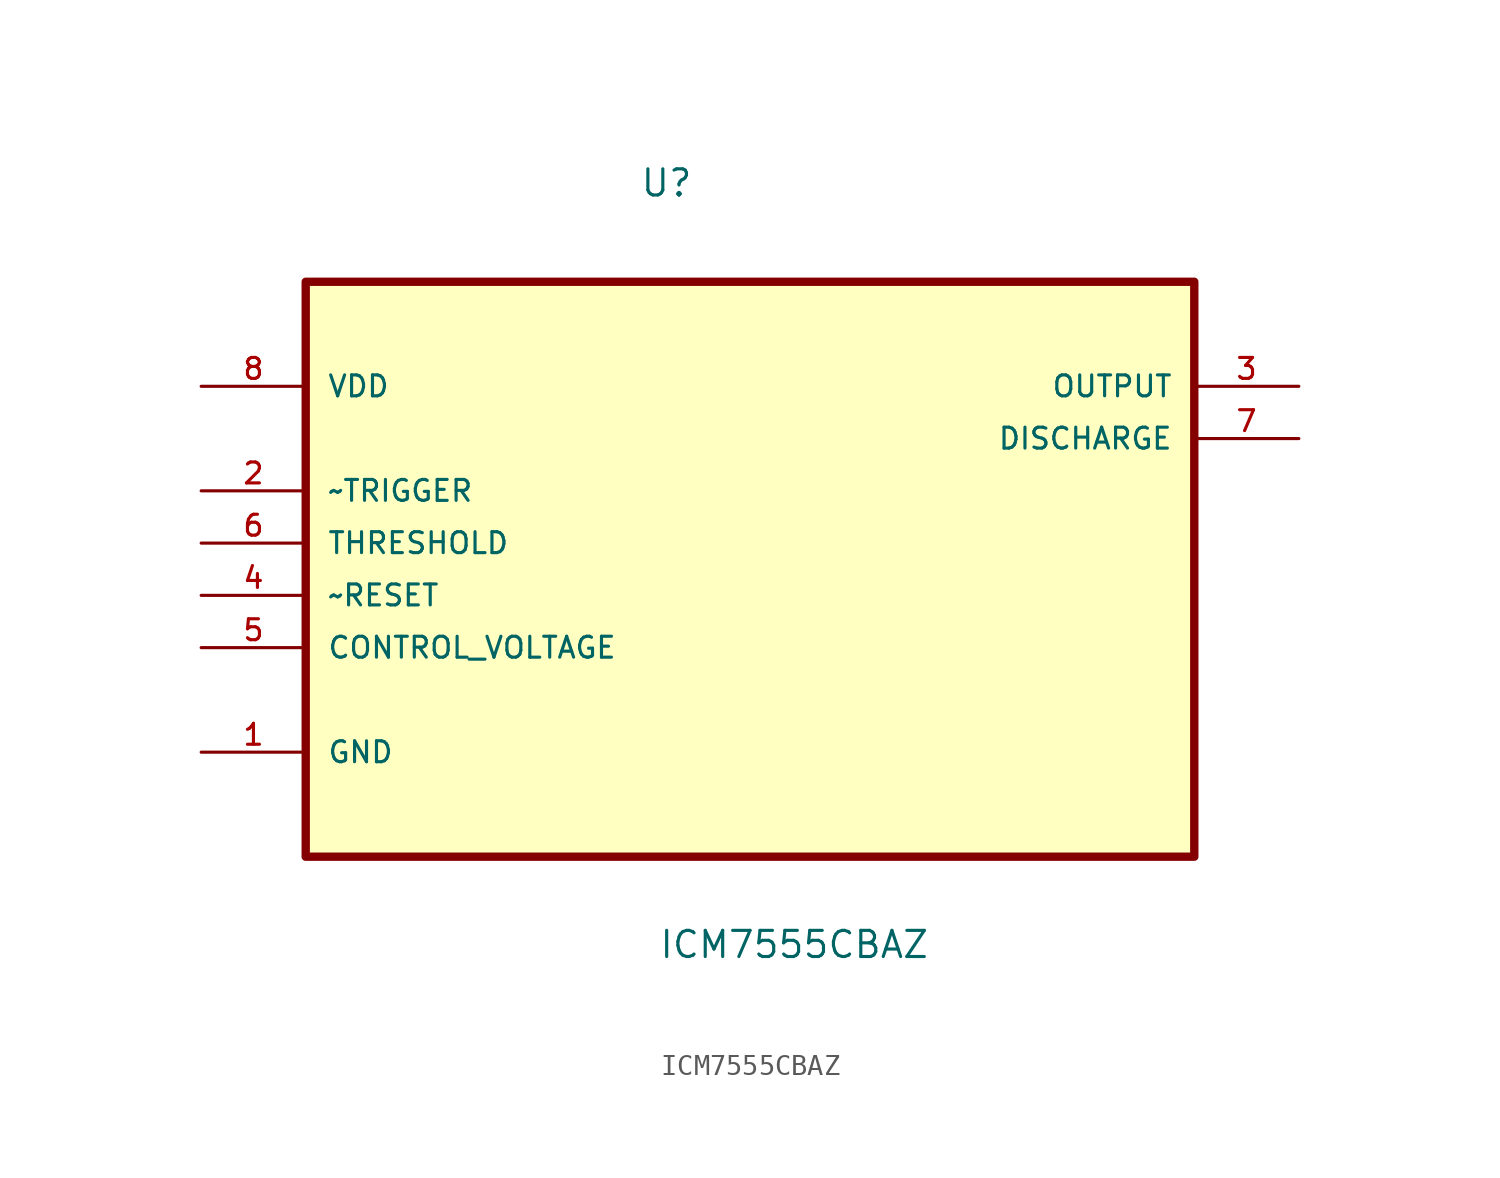
<source format=kicad_sym>
(kicad_symbol_lib
  (version 20211014)
  (generator kicad_symbol_editor)
  (symbol "ICM7555CBAZ"
    (pin_names
      (offset 1.016))
    (property "Reference" "U"
      (at -5.365 14.214 0.0)
      (effects (font (size 1.27 1.27)) (justify bottom left)))
    (property "Value" "ICM7555CBAZ"
      (at -4.452 -22.792 0.0)
      (effects (font (size 1.27 1.27)) (justify bottom left)))
    (symbol "ICM7555CBAZ_0_0"
      (rectangle (start -21.59 -17.78) (end 21.59 10.16) (stroke (width 0.406)) (fill (type background)))
      (pin power_in line (at -26.67 5.08 0) (length 5.08) (name "VDD" (effects (font (size 1.016 1.016)))) (number "8" (effects (font (size 1.016 1.016)))))
      (pin input line (at -26.67 0.0 0) (length 5.08) (name "~TRIGGER" (effects (font (size 1.016 1.016)))) (number "2" (effects (font (size 1.016 1.016)))))
      (pin input line (at -26.67 -2.54 0) (length 5.08) (name "THRESHOLD" (effects (font (size 1.016 1.016)))) (number "6" (effects (font (size 1.016 1.016)))))
      (pin input line (at -26.67 -5.08 0) (length 5.08) (name "~RESET" (effects (font (size 1.016 1.016)))) (number "4" (effects (font (size 1.016 1.016)))))
      (pin input line (at -26.67 -7.62 0) (length 5.08) (name "CONTROL_VOLTAGE" (effects (font (size 1.016 1.016)))) (number "5" (effects (font (size 1.016 1.016)))))
      (pin passive line (at -26.67 -12.7 0) (length 5.08) (name "GND" (effects (font (size 1.016 1.016)))) (number "1" (effects (font (size 1.016 1.016)))))
      (pin output line (at 26.67 5.08 180.0) (length 5.08) (name "OUTPUT" (effects (font (size 1.016 1.016)))) (number "3" (effects (font (size 1.016 1.016)))))
      (pin output line (at 26.67 2.54 180.0) (length 5.08) (name "DISCHARGE" (effects (font (size 1.016 1.016)))) (number "7" (effects (font (size 1.016 1.016))))))))
</source>
